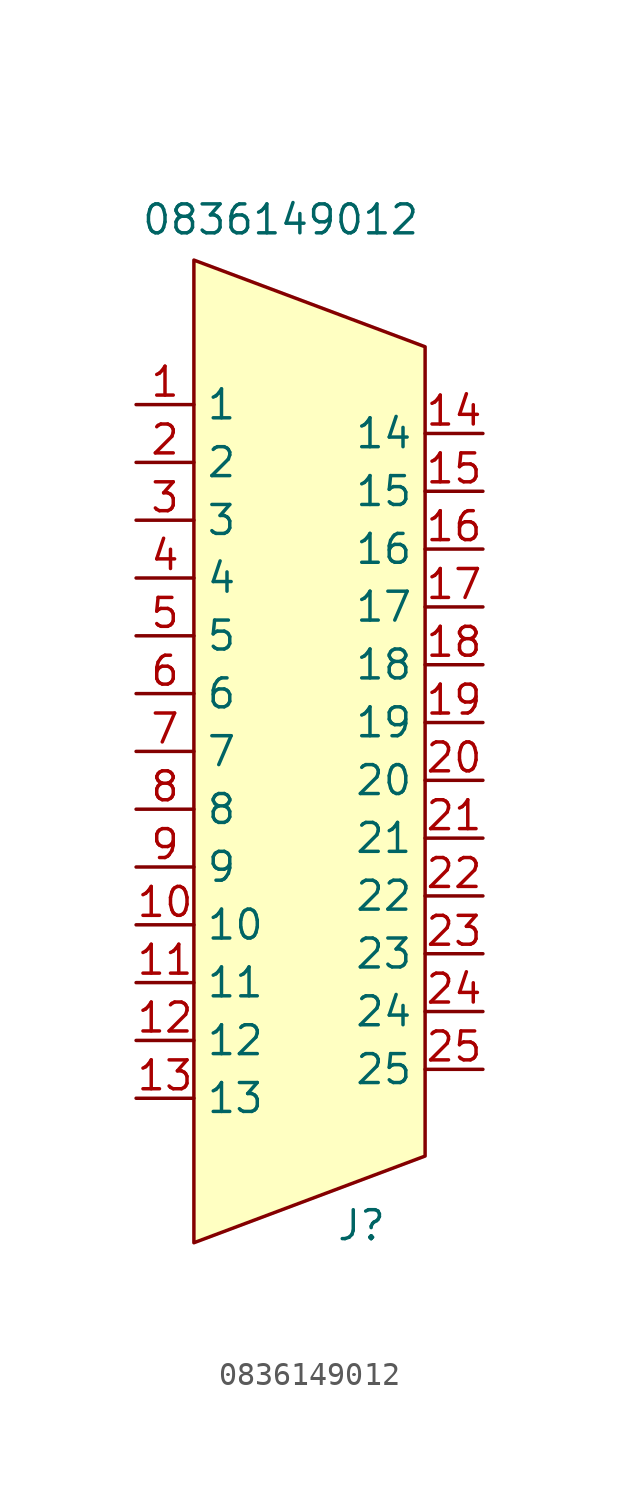
<source format=kicad_sym>
(kicad_symbol_lib
  (version 20231120)
  (generator "kicad_symbol_editor")
  (generator_version "8.0")
  (symbol "0836149012"
    (property "Reference" "J"
      (at 3.556 -39.878 0)
      (effects (font (size 1.27 1.27))))
    (property "Value" "0836149012"
      (at 0 4.318 0)
      (effects (font (size 1.27 1.27))))
    (symbol "0836149012_1_1"
      (polyline (pts (xy -3.81 0) (xy -3.81 -40.64) (xy 6.35 -36.83) (xy 6.35 -1.27) (xy -3.81 2.54) (xy -3.81 -1.27)) (stroke (width 0) (type default)) (fill (type background)))
      (pin input line (at -6.35 -3.81 0) (length 2.54) (name "1" (effects (font (size 1.27 1.27)))) (number "1" (effects (font (size 1.27 1.27)))))
      (pin input line (at -6.35 -26.67 0) (length 2.54) (name "10" (effects (font (size 1.27 1.27)))) (number "10" (effects (font (size 1.27 1.27)))))
      (pin input line (at -6.35 -29.21 0) (length 2.54) (name "11" (effects (font (size 1.27 1.27)))) (number "11" (effects (font (size 1.27 1.27)))))
      (pin input line (at -6.35 -31.75 0) (length 2.54) (name "12" (effects (font (size 1.27 1.27)))) (number "12" (effects (font (size 1.27 1.27)))))
      (pin input line (at -6.35 -34.29 0) (length 2.54) (name "13" (effects (font (size 1.27 1.27)))) (number "13" (effects (font (size 1.27 1.27)))))
      (pin input line (at 8.89 -5.08 180) (length 2.54) (name "14" (effects (font (size 1.27 1.27)))) (number "14" (effects (font (size 1.27 1.27)))))
      (pin input line (at 8.89 -7.62 180) (length 2.54) (name "15" (effects (font (size 1.27 1.27)))) (number "15" (effects (font (size 1.27 1.27)))))
      (pin input line (at 8.89 -10.16 180) (length 2.54) (name "16" (effects (font (size 1.27 1.27)))) (number "16" (effects (font (size 1.27 1.27)))))
      (pin input line (at 8.89 -12.7 180) (length 2.54) (name "17" (effects (font (size 1.27 1.27)))) (number "17" (effects (font (size 1.27 1.27)))))
      (pin input line (at 8.89 -15.24 180) (length 2.54) (name "18" (effects (font (size 1.27 1.27)))) (number "18" (effects (font (size 1.27 1.27)))))
      (pin input line (at 8.89 -17.78 180) (length 2.54) (name "19" (effects (font (size 1.27 1.27)))) (number "19" (effects (font (size 1.27 1.27)))))
      (pin input line (at -6.35 -6.35 0) (length 2.54) (name "2" (effects (font (size 1.27 1.27)))) (number "2" (effects (font (size 1.27 1.27)))))
      (pin input line (at 8.89 -20.32 180) (length 2.54) (name "20" (effects (font (size 1.27 1.27)))) (number "20" (effects (font (size 1.27 1.27)))))
      (pin input line (at 8.89 -22.86 180) (length 2.54) (name "21" (effects (font (size 1.27 1.27)))) (number "21" (effects (font (size 1.27 1.27)))))
      (pin input line (at 8.89 -25.4 180) (length 2.54) (name "22" (effects (font (size 1.27 1.27)))) (number "22" (effects (font (size 1.27 1.27)))))
      (pin input line (at 8.89 -27.94 180) (length 2.54) (name "23" (effects (font (size 1.27 1.27)))) (number "23" (effects (font (size 1.27 1.27)))))
      (pin input line (at 8.89 -30.48 180) (length 2.54) (name "24" (effects (font (size 1.27 1.27)))) (number "24" (effects (font (size 1.27 1.27)))))
      (pin input line (at 8.89 -33.02 180) (length 2.54) (name "25" (effects (font (size 1.27 1.27)))) (number "25" (effects (font (size 1.27 1.27)))))
      (pin input line (at -6.35 -8.89 0) (length 2.54) (name "3" (effects (font (size 1.27 1.27)))) (number "3" (effects (font (size 1.27 1.27)))))
      (pin input line (at -6.35 -11.43 0) (length 2.54) (name "4" (effects (font (size 1.27 1.27)))) (number "4" (effects (font (size 1.27 1.27)))))
      (pin input line (at -6.35 -13.97 0) (length 2.54) (name "5" (effects (font (size 1.27 1.27)))) (number "5" (effects (font (size 1.27 1.27)))))
      (pin input line (at -6.35 -16.51 0) (length 2.54) (name "6" (effects (font (size 1.27 1.27)))) (number "6" (effects (font (size 1.27 1.27)))))
      (pin input line (at -6.35 -19.05 0) (length 2.54) (name "7" (effects (font (size 1.27 1.27)))) (number "7" (effects (font (size 1.27 1.27)))))
      (pin input line (at -6.35 -21.59 0) (length 2.54) (name "8" (effects (font (size 1.27 1.27)))) (number "8" (effects (font (size 1.27 1.27)))))
      (pin input line (at -6.35 -24.13 0) (length 2.54) (name "9" (effects (font (size 1.27 1.27)))) (number "9" (effects (font (size 1.27 1.27))))))))
</source>
